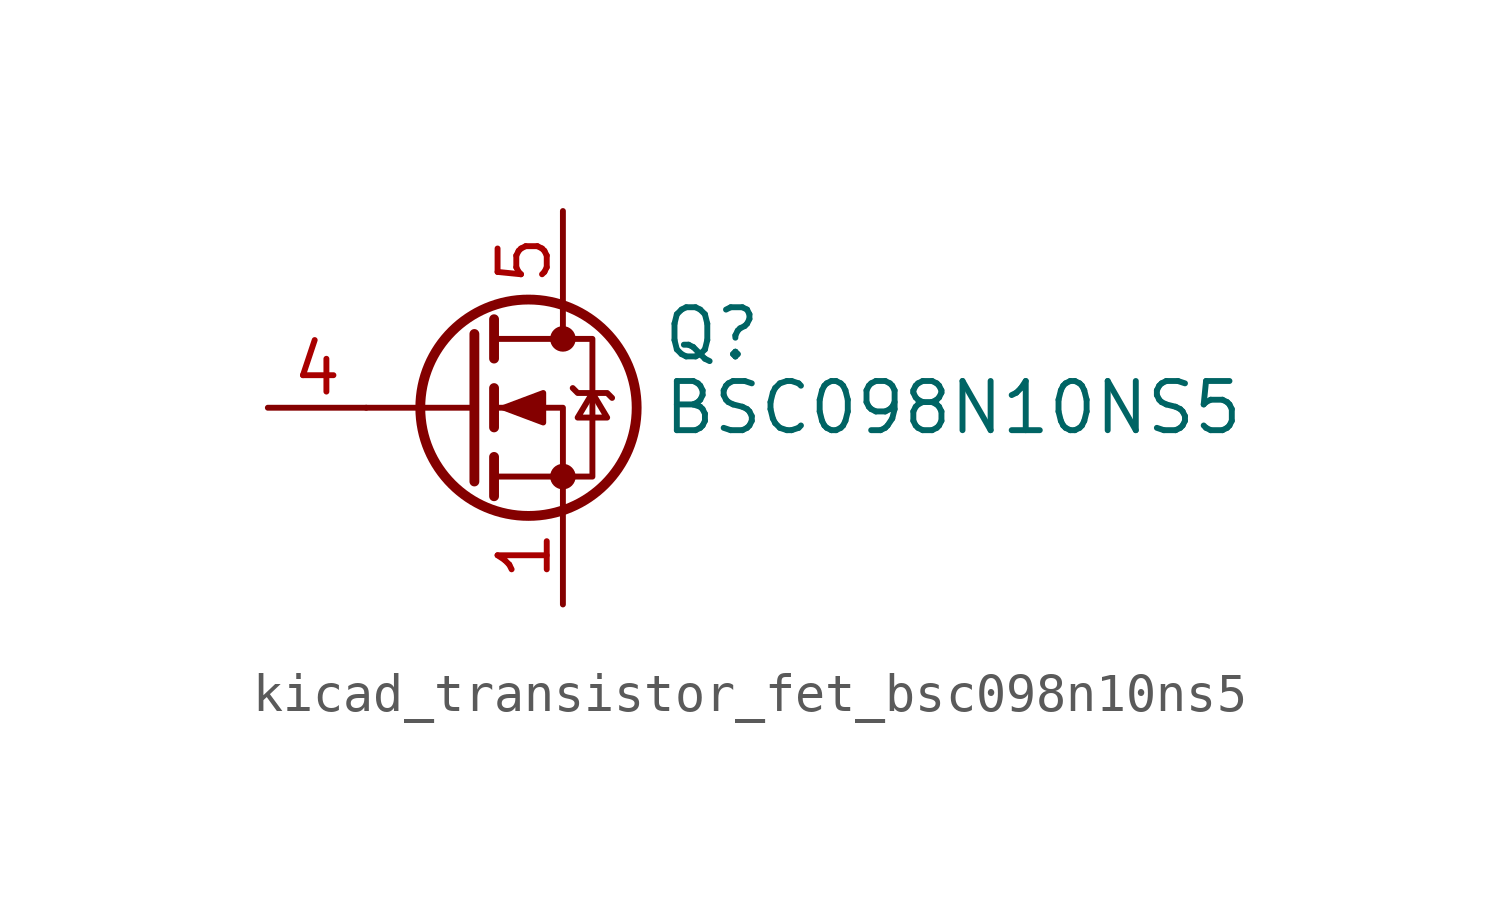
<source format=kicad_sym>
(kicad_symbol_lib
  (version 20220914)
  (generator kicad_symbol_editor)
  (symbol "kicad_transistor_fet_bsc098n10ns5"
    (pin_names hide)
    (property "Reference" "Q"
      (at 5.08 1.905 0)
      (effects (font (size 1.27 1.27)) (justify left)))
    (property "Value" "BSC098N10NS5"
      (at 5.08 0 0)
      (effects (font (size 1.27 1.27)) (justify left)))
    (symbol "kicad_transistor_fet_bsc098n10ns5_0_1"
      (polyline (pts (xy 0.254 0) (xy -2.54 0)) (stroke (width 0) (type default)) (fill (type none)))
      (polyline (pts (xy 0.254 1.905) (xy 0.254 -1.905)) (stroke (width 0.254) (type default)) (fill (type none)))
      (polyline (pts (xy 0.762 -1.27) (xy 0.762 -2.286)) (stroke (width 0.254) (type default)) (fill (type none)))
      (polyline (pts (xy 0.762 0.508) (xy 0.762 -0.508)) (stroke (width 0.254) (type default)) (fill (type none)))
      (polyline (pts (xy 0.762 2.286) (xy 0.762 1.27)) (stroke (width 0.254) (type default)) (fill (type none)))
      (polyline (pts (xy 2.54 2.54) (xy 2.54 1.778)) (stroke (width 0) (type default)) (fill (type none)))
      (polyline (pts (xy 2.54 -2.54) (xy 2.54 0) (xy 0.762 0)) (stroke (width 0) (type default)) (fill (type none)))
      (polyline (pts (xy 0.762 -1.778) (xy 3.302 -1.778) (xy 3.302 1.778) (xy 0.762 1.778)) (stroke (width 0) (type default)) (fill (type none)))
      (polyline (pts (xy 1.016 0) (xy 2.032 0.381) (xy 2.032 -0.381) (xy 1.016 0)) (stroke (width 0) (type default)) (fill (type outline)))
      (polyline (pts (xy 2.794 0.508) (xy 2.921 0.381) (xy 3.683 0.381) (xy 3.81 0.254)) (stroke (width 0) (type default)) (fill (type none)))
      (polyline (pts (xy 3.302 0.381) (xy 2.921 -0.254) (xy 3.683 -0.254) (xy 3.302 0.381)) (stroke (width 0) (type default)) (fill (type none)))
      (circle (center 1.651 0) (radius 2.794) (stroke (width 0.254) (type default)) (fill (type none)))
      (circle (center 2.54 -1.778) (radius 0.254) (stroke (width 0) (type default)) (fill (type outline)))
      (circle (center 2.54 1.778) (radius 0.254) (stroke (width 0) (type default)) (fill (type outline))))
    (symbol "kicad_transistor_fet_bsc098n10ns5_1_1"
      (pin passive line (at 2.54 -5.08 90) (length 2.54) (name "S" (effects (font (size 1.27 1.27)))) (number "1" (effects (font (size 1.27 1.27)))))
      (pin passive line (at 2.54 -5.08 90) (length 2.54) hide (name "S" (effects (font (size 1.27 1.27)))) (number "2" (effects (font (size 1.27 1.27)))))
      (pin passive line (at 2.54 -5.08 90) (length 2.54) hide (name "S" (effects (font (size 1.27 1.27)))) (number "3" (effects (font (size 1.27 1.27)))))
      (pin passive line (at -5.08 0 0) (length 2.54) (name "G" (effects (font (size 1.27 1.27)))) (number "4" (effects (font (size 1.27 1.27)))))
      (pin passive line (at 2.54 5.08 270) (length 2.54) (name "D" (effects (font (size 1.27 1.27)))) (number "5" (effects (font (size 1.27 1.27))))))))
</source>
